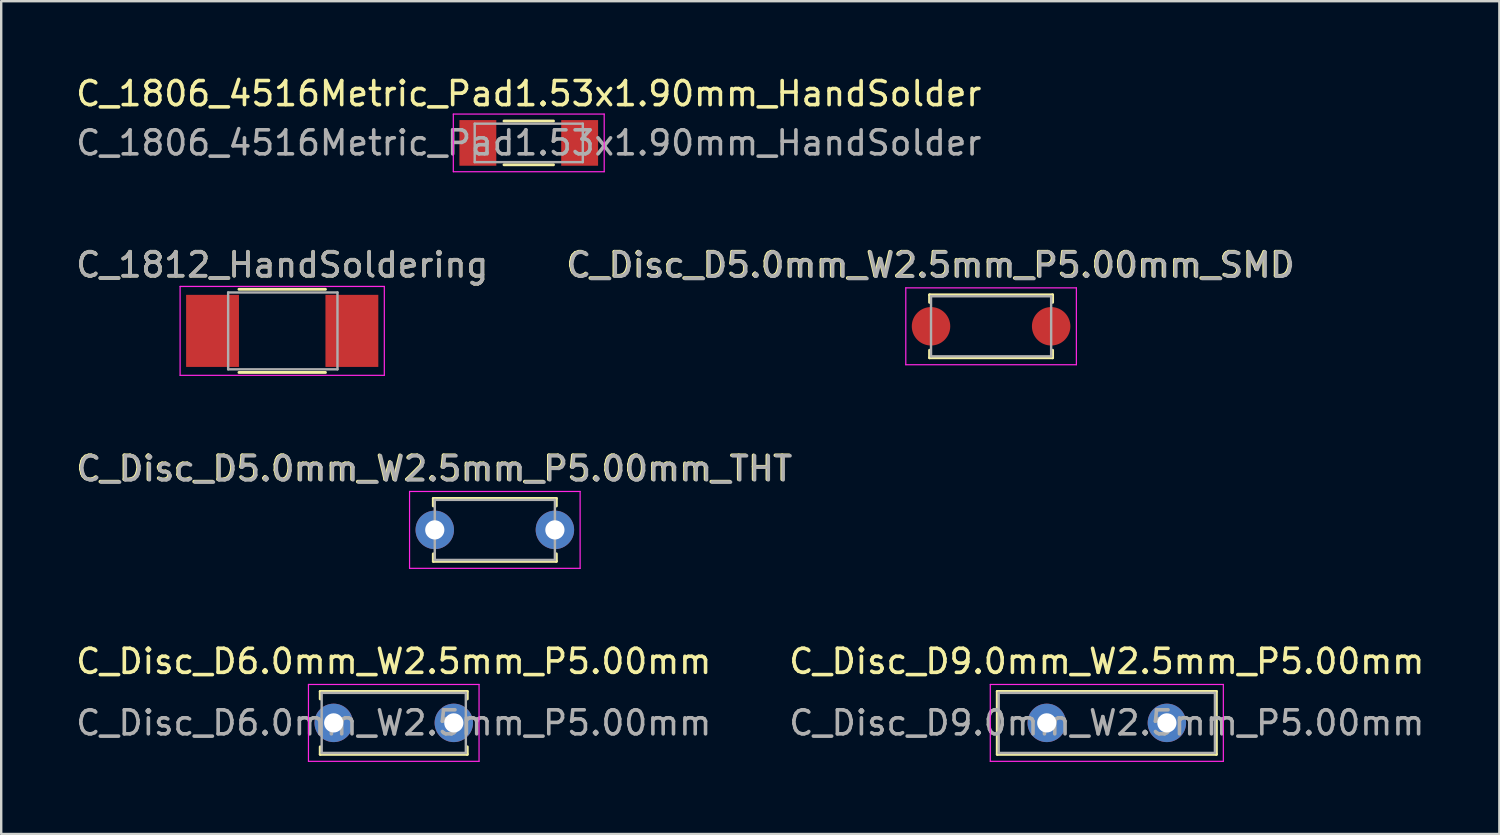
<source format=kicad_pcb>
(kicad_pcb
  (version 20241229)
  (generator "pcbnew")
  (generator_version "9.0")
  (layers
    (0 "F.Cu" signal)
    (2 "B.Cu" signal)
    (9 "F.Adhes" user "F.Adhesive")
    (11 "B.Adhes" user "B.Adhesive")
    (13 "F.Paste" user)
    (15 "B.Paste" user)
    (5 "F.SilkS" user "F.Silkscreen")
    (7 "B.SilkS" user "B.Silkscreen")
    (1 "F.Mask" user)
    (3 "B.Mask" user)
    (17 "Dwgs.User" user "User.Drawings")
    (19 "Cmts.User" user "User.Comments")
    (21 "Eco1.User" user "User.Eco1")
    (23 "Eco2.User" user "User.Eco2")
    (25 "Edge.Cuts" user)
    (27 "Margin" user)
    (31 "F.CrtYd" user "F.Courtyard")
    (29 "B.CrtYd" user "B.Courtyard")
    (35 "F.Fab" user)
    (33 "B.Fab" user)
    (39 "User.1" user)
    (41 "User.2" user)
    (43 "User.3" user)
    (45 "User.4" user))
  (footprint "C_1806_4516Metric_Pad1.53x1.90mm_HandSolder"
    (layer "F.Cu")
    (at 18.958 2.898)
    (property "Reference" "C_1806_4516Metric_Pad1.53x1.90mm_HandSolder" (at 0 -2.05 0) (layer "F.SilkS") (effects (font (size 1 1) (thickness 0.15))))
    (attr smd)
    (fp_line (start -1.03 -0.91) (end 1.03 -0.91) (stroke (width 0.12) (type solid)) (layer "F.SilkS"))
    (fp_line (start -1.03 0.91) (end 1.03 0.91) (stroke (width 0.12) (type solid)) (layer "F.SilkS"))
    (fp_line (start -3.14 -1.2) (end 3.14 -1.2) (stroke (width 0.05) (type solid)) (layer "F.CrtYd"))
    (fp_line (start -3.14 1.2) (end -3.14 -1.2) (stroke (width 0.05) (type solid)) (layer "F.CrtYd"))
    (fp_line (start 3.14 -1.2) (end 3.14 1.2) (stroke (width 0.05) (type solid)) (layer "F.CrtYd"))
    (fp_line (start 3.14 1.2) (end -3.14 1.2) (stroke (width 0.05) (type solid)) (layer "F.CrtYd"))
    (fp_line (start -2.25 -0.8) (end 2.25 -0.8) (stroke (width 0.1) (type solid)) (layer "F.Fab"))
    (fp_line (start -2.25 0.8) (end -2.25 -0.8) (stroke (width 0.1) (type solid)) (layer "F.Fab"))
    (fp_line (start 2.25 -0.8) (end 2.25 0.8) (stroke (width 0.1) (type solid)) (layer "F.Fab"))
    (fp_line (start 2.25 0.8) (end -2.25 0.8) (stroke (width 0.1) (type solid)) (layer "F.Fab"))
    (fp_text user "${REFERENCE}" (at 0 0 0) (layer "F.Fab") (effects (font (size 1 1) (thickness 0.15))))
    (pad "1" smd rect (at -2.118 0) (size 1.535 1.9) (layers "F.Cu" "F.Mask" "F.Paste"))
    (pad "2" smd rect (at 2.118 0) (size 1.535 1.9) (layers "F.Cu" "F.Mask" "F.Paste")))
  (footprint "C_1812_HandSoldering"
    (layer "F.Cu")
    (at 8.696 10.722)
    (property "Reference" "C_1812_HandSoldering" (at 0 -2.75 0) (layer "F.SilkS") (effects (font (size 1 1) (thickness 0.15))))
    (attr smd)
    (fp_line (start -1.8 1.73) (end 1.8 1.73) (stroke (width 0.12) (type solid)) (layer "F.SilkS"))
    (fp_line (start 1.8 -1.73) (end -1.8 -1.73) (stroke (width 0.12) (type solid)) (layer "F.SilkS"))
    (fp_line (start -4.25 -1.85) (end -4.25 1.85) (stroke (width 0.05) (type solid)) (layer "F.CrtYd"))
    (fp_line (start -4.25 -1.85) (end 4.25 -1.85) (stroke (width 0.05) (type solid)) (layer "F.CrtYd"))
    (fp_line (start 4.25 1.85) (end -4.25 1.85) (stroke (width 0.05) (type solid)) (layer "F.CrtYd"))
    (fp_line (start 4.25 1.85) (end 4.25 -1.85) (stroke (width 0.05) (type solid)) (layer "F.CrtYd"))
    (fp_line (start -2.25 -1.6) (end 2.3 -1.6) (stroke (width 0.1) (type solid)) (layer "F.Fab"))
    (fp_line (start -2.25 1.6) (end -2.25 -1.6) (stroke (width 0.1) (type solid)) (layer "F.Fab"))
    (fp_line (start 2.3 -1.6) (end 2.3 1.6) (stroke (width 0.1) (type solid)) (layer "F.Fab"))
    (fp_line (start 2.3 1.6) (end -2.25 1.6) (stroke (width 0.1) (type solid)) (layer "F.Fab"))
    (fp_text user "${REFERENCE}" (at 0 -2.75 0) (layer "F.Fab") (effects (font (size 1 1) (thickness 0.15))))
    (pad "1" smd rect (at -2.9 0) (size 2.2 3) (layers "F.Cu" "F.Mask" "F.Paste"))
    (pad "2" smd rect (at 2.9 0) (size 2.2 3) (layers "F.Cu" "F.Mask" "F.Paste")))
  (footprint "C_Disc_D5.0mm_W2.5mm_P5.00mm_SMD"
    (layer "F.Cu")
    (at 35.701 10.531)
    (property "Reference" "C_Disc_D5.0mm_W2.5mm_P5.00mm_SMD" (at -0.04 -2.56 0) (layer "F.SilkS") (effects (font (size 1 1) (thickness 0.15))))
    (attr through_hole)
    (fp_line (start -0.06 -1.31) (end -0.06 -0.996) (stroke (width 0.12) (type solid)) (layer "F.SilkS"))
    (fp_line (start -0.06 -1.31) (end 5.06 -1.31) (stroke (width 0.12) (type solid)) (layer "F.SilkS"))
    (fp_line (start -0.06 0.996) (end -0.06 1.31) (stroke (width 0.12) (type solid)) (layer "F.SilkS"))
    (fp_line (start -0.06 1.31) (end 5.06 1.31) (stroke (width 0.12) (type solid)) (layer "F.SilkS"))
    (fp_line (start 5.06 -1.31) (end 5.06 -0.996) (stroke (width 0.12) (type solid)) (layer "F.SilkS"))
    (fp_line (start 5.06 0.996) (end 5.06 1.31) (stroke (width 0.12) (type solid)) (layer "F.SilkS"))
    (fp_line (start -1.05 -1.6) (end -1.05 1.6) (stroke (width 0.05) (type solid)) (layer "F.CrtYd"))
    (fp_line (start -1.05 1.6) (end 6.05 1.6) (stroke (width 0.05) (type solid)) (layer "F.CrtYd"))
    (fp_line (start 6.05 -1.6) (end -1.05 -1.6) (stroke (width 0.05) (type solid)) (layer "F.CrtYd"))
    (fp_line (start 6.05 1.6) (end 6.05 -1.6) (stroke (width 0.05) (type solid)) (layer "F.CrtYd"))
    (fp_line (start 0 -1.25) (end 0 1.25) (stroke (width 0.1) (type solid)) (layer "F.Fab"))
    (fp_line (start 0 1.25) (end 5 1.25) (stroke (width 0.1) (type solid)) (layer "F.Fab"))
    (fp_line (start 5 -1.25) (end 0 -1.25) (stroke (width 0.1) (type solid)) (layer "F.Fab"))
    (fp_line (start 5 1.25) (end 5 -1.25) (stroke (width 0.1) (type solid)) (layer "F.Fab"))
    (fp_text user "${REFERENCE}" (at 0 -2.54 0) (layer "F.Fab") (effects (font (size 1 1) (thickness 0.15))))
    (pad "1" smd circle (at 0 0) (size 1.6 1.6) (layers "F.Cu" "F.Mask" "F.Paste"))
    (pad "2" smd circle (at 5 0) (size 1.6 1.6) (layers "F.Cu" "F.Mask" "F.Paste")))
  (footprint "C_Disc_D9.0mm_W2.5mm_P5.00mm"
    (layer "F.Cu")
    (at 40.518 27.038)
    (property "Reference" "C_Disc_D9.0mm_W2.5mm_P5.00mm" (at 2.5 -2.56 0) (layer "F.SilkS") (effects (font (size 1 1) (thickness 0.15))))
    (attr through_hole)
    (fp_line (start -2.06 -1.31) (end -2.06 1.31) (stroke (width 0.12) (type solid)) (layer "F.SilkS"))
    (fp_line (start -2.06 -1.31) (end 7.06 -1.31) (stroke (width 0.12) (type solid)) (layer "F.SilkS"))
    (fp_line (start -2.06 1.31) (end 7.06 1.31) (stroke (width 0.12) (type solid)) (layer "F.SilkS"))
    (fp_line (start 7.06 -1.31) (end 7.06 1.31) (stroke (width 0.12) (type solid)) (layer "F.SilkS"))
    (fp_line (start -2.35 -1.6) (end -2.35 1.6) (stroke (width 0.05) (type solid)) (layer "F.CrtYd"))
    (fp_line (start -2.35 1.6) (end 7.35 1.6) (stroke (width 0.05) (type solid)) (layer "F.CrtYd"))
    (fp_line (start 7.35 -1.6) (end -2.35 -1.6) (stroke (width 0.05) (type solid)) (layer "F.CrtYd"))
    (fp_line (start 7.35 1.6) (end 7.35 -1.6) (stroke (width 0.05) (type solid)) (layer "F.CrtYd"))
    (fp_line (start -2 -1.25) (end -2 1.25) (stroke (width 0.1) (type solid)) (layer "F.Fab"))
    (fp_line (start -2 1.25) (end 7 1.25) (stroke (width 0.1) (type solid)) (layer "F.Fab"))
    (fp_line (start 7 -1.25) (end -2 -1.25) (stroke (width 0.1) (type solid)) (layer "F.Fab"))
    (fp_line (start 7 1.25) (end 7 -1.25) (stroke (width 0.1) (type solid)) (layer "F.Fab"))
    (fp_text user "${REFERENCE}" (at 2.5 0 0) (layer "F.Fab") (effects (font (size 1 1) (thickness 0.15))))
    (pad "1" thru_hole circle (at 0 0) (size 1.6 1.6) (drill 0.8) (layers "*.Cu" "*.Mask"))
    (pad "2" thru_hole circle (at 5 0) (size 1.6 1.6) (drill 0.8) (layers "*.Cu" "*.Mask")))
  (footprint "C_Disc_D6.0mm_W2.5mm_P5.00mm"
    (layer "F.Cu")
    (at 10.839 27.038)
    (property "Reference" "C_Disc_D6.0mm_W2.5mm_P5.00mm" (at 2.5 -2.56 0) (layer "F.SilkS") (effects (font (size 1 1) (thickness 0.15))))
    (attr through_hole)
    (fp_line (start -0.56 -1.31) (end -0.56 -0.996) (stroke (width 0.12) (type solid)) (layer "F.SilkS"))
    (fp_line (start -0.56 -1.31) (end 5.56 -1.31) (stroke (width 0.12) (type solid)) (layer "F.SilkS"))
    (fp_line (start -0.56 0.996) (end -0.56 1.31) (stroke (width 0.12) (type solid)) (layer "F.SilkS"))
    (fp_line (start -0.56 1.31) (end 5.56 1.31) (stroke (width 0.12) (type solid)) (layer "F.SilkS"))
    (fp_line (start 5.56 -1.31) (end 5.56 -0.996) (stroke (width 0.12) (type solid)) (layer "F.SilkS"))
    (fp_line (start 5.56 0.996) (end 5.56 1.31) (stroke (width 0.12) (type solid)) (layer "F.SilkS"))
    (fp_line (start -1.05 -1.6) (end -1.05 1.6) (stroke (width 0.05) (type solid)) (layer "F.CrtYd"))
    (fp_line (start -1.05 1.6) (end 6.05 1.6) (stroke (width 0.05) (type solid)) (layer "F.CrtYd"))
    (fp_line (start 6.05 -1.6) (end -1.05 -1.6) (stroke (width 0.05) (type solid)) (layer "F.CrtYd"))
    (fp_line (start 6.05 1.6) (end 6.05 -1.6) (stroke (width 0.05) (type solid)) (layer "F.CrtYd"))
    (fp_line (start -0.5 -1.25) (end -0.5 1.25) (stroke (width 0.1) (type solid)) (layer "F.Fab"))
    (fp_line (start -0.5 1.25) (end 5.5 1.25) (stroke (width 0.1) (type solid)) (layer "F.Fab"))
    (fp_line (start 5.5 -1.25) (end -0.5 -1.25) (stroke (width 0.1) (type solid)) (layer "F.Fab"))
    (fp_line (start 5.5 1.25) (end 5.5 -1.25) (stroke (width 0.1) (type solid)) (layer "F.Fab"))
    (fp_text user "${REFERENCE}" (at 2.5 0 0) (layer "F.Fab") (effects (font (size 1 1) (thickness 0.15))))
    (pad "1" thru_hole circle (at 0 0) (size 1.6 1.6) (drill 0.8) (layers "*.Cu" "*.Mask"))
    (pad "2" thru_hole circle (at 5 0) (size 1.6 1.6) (drill 0.8) (layers "*.Cu" "*.Mask")))
  (footprint "C_Disc_D5.0mm_W2.5mm_P5.00mm_THT"
    (layer "F.Cu")
    (at 15.046 19.005)
    (property "Reference" "C_Disc_D5.0mm_W2.5mm_P5.00mm_THT" (at -0.04 -2.56 0) (layer "F.SilkS") (effects (font (size 1 1) (thickness 0.15))))
    (attr through_hole)
    (fp_line (start -0.06 -1.31) (end -0.06 -0.996) (stroke (width 0.12) (type solid)) (layer "F.SilkS"))
    (fp_line (start -0.06 -1.31) (end 5.06 -1.31) (stroke (width 0.12) (type solid)) (layer "F.SilkS"))
    (fp_line (start -0.06 0.996) (end -0.06 1.31) (stroke (width 0.12) (type solid)) (layer "F.SilkS"))
    (fp_line (start -0.06 1.31) (end 5.06 1.31) (stroke (width 0.12) (type solid)) (layer "F.SilkS"))
    (fp_line (start 5.06 -1.31) (end 5.06 -0.996) (stroke (width 0.12) (type solid)) (layer "F.SilkS"))
    (fp_line (start 5.06 0.996) (end 5.06 1.31) (stroke (width 0.12) (type solid)) (layer "F.SilkS"))
    (fp_line (start -1.05 -1.6) (end -1.05 1.6) (stroke (width 0.05) (type solid)) (layer "F.CrtYd"))
    (fp_line (start -1.05 1.6) (end 6.05 1.6) (stroke (width 0.05) (type solid)) (layer "F.CrtYd"))
    (fp_line (start 6.05 -1.6) (end -1.05 -1.6) (stroke (width 0.05) (type solid)) (layer "F.CrtYd"))
    (fp_line (start 6.05 1.6) (end 6.05 -1.6) (stroke (width 0.05) (type solid)) (layer "F.CrtYd"))
    (fp_line (start 0 -1.25) (end 0 1.25) (stroke (width 0.1) (type solid)) (layer "F.Fab"))
    (fp_line (start 0 1.25) (end 5 1.25) (stroke (width 0.1) (type solid)) (layer "F.Fab"))
    (fp_line (start 5 -1.25) (end 0 -1.25) (stroke (width 0.1) (type solid)) (layer "F.Fab"))
    (fp_line (start 5 1.25) (end 5 -1.25) (stroke (width 0.1) (type solid)) (layer "F.Fab"))
    (fp_text user "${REFERENCE}" (at 0 -2.54 0) (layer "F.Fab") (effects (font (size 1 1) (thickness 0.15))))
    (pad "1" thru_hole circle (at 0 0) (size 1.6 1.6) (drill 0.8) (layers "*.Cu" "*.Mask"))
    (pad "2" thru_hole circle (at 5 0) (size 1.6 1.6) (drill 0.8) (layers "*.Cu" "*.Mask")))
  (gr_rect
    (start -3 -3)
    (end 59.357 31.663)
    (stroke (width 0.1) (type default))
    (fill no)
    (layer "Edge.Cuts")))
</source>
